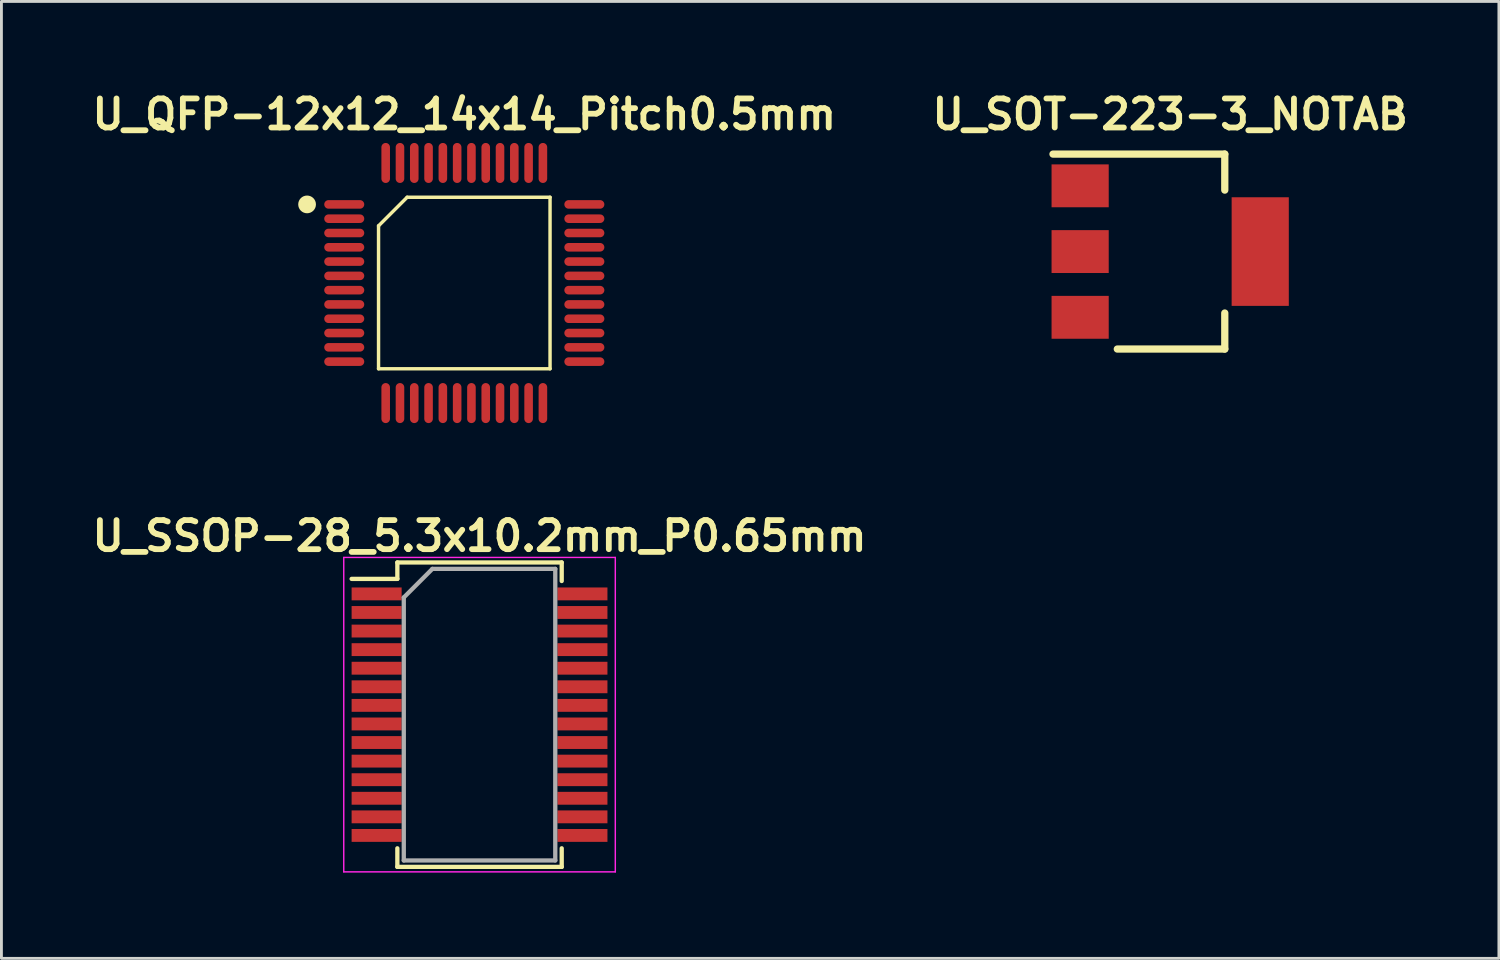
<source format=kicad_pcb>
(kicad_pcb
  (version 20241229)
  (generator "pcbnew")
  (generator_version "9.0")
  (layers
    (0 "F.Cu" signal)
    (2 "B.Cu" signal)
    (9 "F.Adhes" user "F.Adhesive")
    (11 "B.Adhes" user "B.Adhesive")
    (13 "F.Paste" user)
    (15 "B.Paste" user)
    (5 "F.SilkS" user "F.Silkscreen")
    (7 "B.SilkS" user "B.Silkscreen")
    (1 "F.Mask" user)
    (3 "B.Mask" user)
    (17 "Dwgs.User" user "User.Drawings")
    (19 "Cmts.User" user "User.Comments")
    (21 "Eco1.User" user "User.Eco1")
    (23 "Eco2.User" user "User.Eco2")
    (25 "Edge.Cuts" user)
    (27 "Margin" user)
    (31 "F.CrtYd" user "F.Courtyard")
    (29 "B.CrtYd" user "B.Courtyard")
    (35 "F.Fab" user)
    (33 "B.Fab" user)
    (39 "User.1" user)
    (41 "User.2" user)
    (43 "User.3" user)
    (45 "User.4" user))
  (footprint "U_SOT-223-3_NOTAB"
    (layer "F.Cu")
    (at 37.888 5.751)
    (property "Reference" "U_SOT-223-3_NOTAB" (at 0 -4.8 0) (layer "F.SilkS") (effects (font (size 1.016 1.016) (thickness 0.203))))
    (attr smd)
    (fp_line (start -4.1 -3.41) (end 1.91 -3.41) (stroke (width 0.254) (type solid)) (layer "F.SilkS"))
    (fp_line (start -1.85 3.41) (end 1.91 3.41) (stroke (width 0.254) (type solid)) (layer "F.SilkS"))
    (fp_line (start 1.91 -3.41) (end 1.91 -2.15) (stroke (width 0.254) (type solid)) (layer "F.SilkS"))
    (fp_line (start 1.91 3.41) (end 1.91 2.15) (stroke (width 0.254) (type solid)) (layer "F.SilkS"))
    (pad "" smd rect (at 3.15 0) (size 2 3.8) (layers "F.Cu" "F.Mask" "F.Paste"))
    (pad "1" smd rect (at -3.15 -2.3) (size 2 1.5) (layers "F.Cu" "F.Mask" "F.Paste"))
    (pad "2" smd rect (at -3.15 0) (size 2 1.5) (layers "F.Cu" "F.Mask" "F.Paste"))
    (pad "3" smd rect (at -3.15 2.3) (size 2 1.5) (layers "F.Cu" "F.Mask" "F.Paste")))
  (footprint "U_SSOP-28_5.3x10.2mm_P0.65mm"
    (layer "F.Cu")
    (at 13.726 21.952)
    (property "Reference" "U_SSOP-28_5.3x10.2mm_P0.65mm" (at 0 -6.25 0) (layer "F.SilkS") (effects (font (size 1.016 1.016) (thickness 0.203))))
    (attr smd)
    (fp_line (start -2.875 -5.325) (end -2.875 -4.75) (stroke (width 0.15) (type solid)) (layer "F.SilkS"))
    (fp_line (start -2.875 -5.325) (end 2.875 -5.325) (stroke (width 0.15) (type solid)) (layer "F.SilkS"))
    (fp_line (start -2.875 -4.75) (end -4.475 -4.75) (stroke (width 0.15) (type solid)) (layer "F.SilkS"))
    (fp_line (start -2.875 5.325) (end -2.875 4.675) (stroke (width 0.15) (type solid)) (layer "F.SilkS"))
    (fp_line (start -2.875 5.325) (end 2.875 5.325) (stroke (width 0.15) (type solid)) (layer "F.SilkS"))
    (fp_line (start 2.875 -5.325) (end 2.875 -4.675) (stroke (width 0.15) (type solid)) (layer "F.SilkS"))
    (fp_line (start 2.875 5.325) (end 2.875 4.675) (stroke (width 0.15) (type solid)) (layer "F.SilkS"))
    (fp_line (start -4.75 -5.5) (end -4.75 5.5) (stroke (width 0.05) (type solid)) (layer "F.CrtYd"))
    (fp_line (start -4.75 -5.5) (end 4.75 -5.5) (stroke (width 0.05) (type solid)) (layer "F.CrtYd"))
    (fp_line (start -4.75 5.5) (end 4.75 5.5) (stroke (width 0.05) (type solid)) (layer "F.CrtYd"))
    (fp_line (start 4.75 -5.5) (end 4.75 5.5) (stroke (width 0.05) (type solid)) (layer "F.CrtYd"))
    (fp_line (start -2.65 -4.1) (end -1.65 -5.1) (stroke (width 0.15) (type solid)) (layer "F.Fab"))
    (fp_line (start -2.65 5.1) (end -2.65 -4.1) (stroke (width 0.15) (type solid)) (layer "F.Fab"))
    (fp_line (start -1.65 -5.1) (end 2.65 -5.1) (stroke (width 0.15) (type solid)) (layer "F.Fab"))
    (fp_line (start 2.65 -5.1) (end 2.65 5.1) (stroke (width 0.15) (type solid)) (layer "F.Fab"))
    (fp_line (start 2.65 5.1) (end -2.65 5.1) (stroke (width 0.15) (type solid)) (layer "F.Fab"))
    (pad "1" smd rect (at -3.6 -4.225) (size 1.75 0.45) (layers "F.Cu" "F.Mask" "F.Paste"))
    (pad "2" smd rect (at -3.6 -3.575) (size 1.75 0.45) (layers "F.Cu" "F.Mask" "F.Paste"))
    (pad "3" smd rect (at -3.6 -2.925) (size 1.75 0.45) (layers "F.Cu" "F.Mask" "F.Paste"))
    (pad "4" smd rect (at -3.6 -2.275) (size 1.75 0.45) (layers "F.Cu" "F.Mask" "F.Paste"))
    (pad "5" smd rect (at -3.6 -1.625) (size 1.75 0.45) (layers "F.Cu" "F.Mask" "F.Paste"))
    (pad "6" smd rect (at -3.6 -0.975) (size 1.75 0.45) (layers "F.Cu" "F.Mask" "F.Paste"))
    (pad "7" smd rect (at -3.6 -0.325) (size 1.75 0.45) (layers "F.Cu" "F.Mask" "F.Paste"))
    (pad "8" smd rect (at -3.6 0.325) (size 1.75 0.45) (layers "F.Cu" "F.Mask" "F.Paste"))
    (pad "9" smd rect (at -3.6 0.975) (size 1.75 0.45) (layers "F.Cu" "F.Mask" "F.Paste"))
    (pad "10" smd rect (at -3.6 1.625) (size 1.75 0.45) (layers "F.Cu" "F.Mask" "F.Paste"))
    (pad "11" smd rect (at -3.6 2.275) (size 1.75 0.45) (layers "F.Cu" "F.Mask" "F.Paste"))
    (pad "12" smd rect (at -3.6 2.925) (size 1.75 0.45) (layers "F.Cu" "F.Mask" "F.Paste"))
    (pad "13" smd rect (at -3.6 3.575) (size 1.75 0.45) (layers "F.Cu" "F.Mask" "F.Paste"))
    (pad "14" smd rect (at -3.6 4.225) (size 1.75 0.45) (layers "F.Cu" "F.Mask" "F.Paste"))
    (pad "15" smd rect (at 3.6 4.225) (size 1.75 0.45) (layers "F.Cu" "F.Mask" "F.Paste"))
    (pad "16" smd rect (at 3.6 3.575) (size 1.75 0.45) (layers "F.Cu" "F.Mask" "F.Paste"))
    (pad "17" smd rect (at 3.6 2.925) (size 1.75 0.45) (layers "F.Cu" "F.Mask" "F.Paste"))
    (pad "18" smd rect (at 3.6 2.275) (size 1.75 0.45) (layers "F.Cu" "F.Mask" "F.Paste"))
    (pad "19" smd rect (at 3.6 1.625) (size 1.75 0.45) (layers "F.Cu" "F.Mask" "F.Paste"))
    (pad "20" smd rect (at 3.6 0.975) (size 1.75 0.45) (layers "F.Cu" "F.Mask" "F.Paste"))
    (pad "21" smd rect (at 3.6 0.325) (size 1.75 0.45) (layers "F.Cu" "F.Mask" "F.Paste"))
    (pad "22" smd rect (at 3.6 -0.325) (size 1.75 0.45) (layers "F.Cu" "F.Mask" "F.Paste"))
    (pad "23" smd rect (at 3.6 -0.975) (size 1.75 0.45) (layers "F.Cu" "F.Mask" "F.Paste"))
    (pad "24" smd rect (at 3.6 -1.625) (size 1.75 0.45) (layers "F.Cu" "F.Mask" "F.Paste"))
    (pad "25" smd rect (at 3.6 -2.275) (size 1.75 0.45) (layers "F.Cu" "F.Mask" "F.Paste"))
    (pad "26" smd rect (at 3.6 -2.925) (size 1.75 0.45) (layers "F.Cu" "F.Mask" "F.Paste"))
    (pad "27" smd rect (at 3.6 -3.575) (size 1.75 0.45) (layers "F.Cu" "F.Mask" "F.Paste"))
    (pad "28" smd rect (at 3.6 -4.225) (size 1.75 0.45) (layers "F.Cu" "F.Mask" "F.Paste")))
  (footprint "U_QFP-12x12_14x14_Pitch0.5mm"
    (layer "F.Cu")
    (at 13.193 6.851)
    (property "Reference" "U_QFP-12x12_14x14_Pitch0.5mm" (at 0 -5.9 0) (layer "F.SilkS") (effects (font (size 1.016 1.016) (thickness 0.203))))
    (attr smd)
    (fp_line (start -3 -2) (end -2 -3) (stroke (width 0.12) (type solid)) (layer "F.SilkS"))
    (fp_line (start -3 3) (end -3 -2) (stroke (width 0.12) (type solid)) (layer "F.SilkS"))
    (fp_line (start -2 -3) (end 3 -3) (stroke (width 0.12) (type solid)) (layer "F.SilkS"))
    (fp_line (start 3 -3) (end 3 3) (stroke (width 0.12) (type solid)) (layer "F.SilkS"))
    (fp_line (start 3 3) (end -3 3) (stroke (width 0.12) (type solid)) (layer "F.SilkS"))
    (fp_circle (center -5.5 -2.75) (end -5.25 -2.75) (stroke (width 0.12) (type solid)) (fill yes) (layer "F.SilkS"))
    (pad "1" smd oval (at -4.2 -2.75 90) (size 0.3 1.4) (layers "F.Cu" "F.Mask" "F.Paste"))
    (pad "2" smd oval (at -4.2 -2.25 90) (size 0.3 1.4) (layers "F.Cu" "F.Mask" "F.Paste"))
    (pad "3" smd oval (at -4.2 -1.75 90) (size 0.3 1.4) (layers "F.Cu" "F.Mask" "F.Paste"))
    (pad "4" smd oval (at -4.2 -1.25 90) (size 0.3 1.4) (layers "F.Cu" "F.Mask" "F.Paste"))
    (pad "5" smd oval (at -4.2 -0.75 90) (size 0.3 1.4) (layers "F.Cu" "F.Mask" "F.Paste"))
    (pad "6" smd oval (at -4.2 -0.25 90) (size 0.3 1.4) (layers "F.Cu" "F.Mask" "F.Paste"))
    (pad "7" smd oval (at -4.2 0.25 90) (size 0.3 1.4) (layers "F.Cu" "F.Mask" "F.Paste"))
    (pad "8" smd oval (at -4.2 0.75 90) (size 0.3 1.4) (layers "F.Cu" "F.Mask" "F.Paste"))
    (pad "9" smd oval (at -4.2 1.25 90) (size 0.3 1.4) (layers "F.Cu" "F.Mask" "F.Paste"))
    (pad "10" smd oval (at -4.2 1.75 90) (size 0.3 1.4) (layers "F.Cu" "F.Mask" "F.Paste"))
    (pad "11" smd oval (at -4.2 2.25 90) (size 0.3 1.4) (layers "F.Cu" "F.Mask" "F.Paste"))
    (pad "12" smd oval (at -4.2 2.75 90) (size 0.3 1.4) (layers "F.Cu" "F.Mask" "F.Paste"))
    (pad "13" smd oval (at -2.75 4.2) (size 0.3 1.4) (layers "F.Cu" "F.Mask" "F.Paste"))
    (pad "14" smd oval (at -2.25 4.2) (size 0.3 1.4) (layers "F.Cu" "F.Mask" "F.Paste"))
    (pad "15" smd oval (at -1.75 4.2) (size 0.3 1.4) (layers "F.Cu" "F.Mask" "F.Paste"))
    (pad "16" smd oval (at -1.25 4.2) (size 0.3 1.4) (layers "F.Cu" "F.Mask" "F.Paste"))
    (pad "17" smd oval (at -0.75 4.2) (size 0.3 1.4) (layers "F.Cu" "F.Mask" "F.Paste"))
    (pad "18" smd oval (at -0.25 4.2) (size 0.3 1.4) (layers "F.Cu" "F.Mask" "F.Paste"))
    (pad "19" smd oval (at 0.25 4.2) (size 0.3 1.4) (layers "F.Cu" "F.Mask" "F.Paste"))
    (pad "20" smd oval (at 0.75 4.2) (size 0.3 1.4) (layers "F.Cu" "F.Mask" "F.Paste"))
    (pad "21" smd oval (at 1.25 4.2) (size 0.3 1.4) (layers "F.Cu" "F.Mask" "F.Paste"))
    (pad "22" smd oval (at 1.75 4.2) (size 0.3 1.4) (layers "F.Cu" "F.Mask" "F.Paste"))
    (pad "23" smd oval (at 2.25 4.2) (size 0.3 1.4) (layers "F.Cu" "F.Mask" "F.Paste"))
    (pad "24" smd oval (at 2.75 4.2) (size 0.3 1.4) (layers "F.Cu" "F.Mask" "F.Paste"))
    (pad "25" smd oval (at 4.2 2.75 90) (size 0.3 1.4) (layers "F.Cu" "F.Mask" "F.Paste"))
    (pad "26" smd oval (at 4.2 2.25 90) (size 0.3 1.4) (layers "F.Cu" "F.Mask" "F.Paste"))
    (pad "27" smd oval (at 4.2 1.75 90) (size 0.3 1.4) (layers "F.Cu" "F.Mask" "F.Paste"))
    (pad "28" smd oval (at 4.2 1.25 90) (size 0.3 1.4) (layers "F.Cu" "F.Mask" "F.Paste"))
    (pad "29" smd oval (at 4.2 0.75 90) (size 0.3 1.4) (layers "F.Cu" "F.Mask" "F.Paste"))
    (pad "30" smd oval (at 4.2 0.25 90) (size 0.3 1.4) (layers "F.Cu" "F.Mask" "F.Paste"))
    (pad "31" smd oval (at 4.2 -0.25 90) (size 0.3 1.4) (layers "F.Cu" "F.Mask" "F.Paste"))
    (pad "32" smd oval (at 4.2 -0.75 90) (size 0.3 1.4) (layers "F.Cu" "F.Mask" "F.Paste"))
    (pad "33" smd oval (at 4.2 -1.25 90) (size 0.3 1.4) (layers "F.Cu" "F.Mask" "F.Paste"))
    (pad "34" smd oval (at 4.2 -1.75 90) (size 0.3 1.4) (layers "F.Cu" "F.Mask" "F.Paste"))
    (pad "35" smd oval (at 4.2 -2.25 90) (size 0.3 1.4) (layers "F.Cu" "F.Mask" "F.Paste"))
    (pad "36" smd oval (at 4.2 -2.75 90) (size 0.3 1.4) (layers "F.Cu" "F.Mask" "F.Paste"))
    (pad "37" smd oval (at 2.75 -4.2) (size 0.3 1.4) (layers "F.Cu" "F.Mask" "F.Paste"))
    (pad "38" smd oval (at 2.25 -4.2) (size 0.3 1.4) (layers "F.Cu" "F.Mask" "F.Paste"))
    (pad "39" smd oval (at 1.75 -4.2) (size 0.3 1.4) (layers "F.Cu" "F.Mask" "F.Paste"))
    (pad "40" smd oval (at 1.25 -4.2) (size 0.3 1.4) (layers "F.Cu" "F.Mask" "F.Paste"))
    (pad "41" smd oval (at 0.75 -4.2) (size 0.3 1.4) (layers "F.Cu" "F.Mask" "F.Paste"))
    (pad "42" smd oval (at 0.25 -4.2) (size 0.3 1.4) (layers "F.Cu" "F.Mask" "F.Paste"))
    (pad "43" smd oval (at -0.25 -4.2) (size 0.3 1.4) (layers "F.Cu" "F.Mask" "F.Paste"))
    (pad "44" smd oval (at -0.75 -4.2) (size 0.3 1.4) (layers "F.Cu" "F.Mask" "F.Paste"))
    (pad "45" smd oval (at -1.25 -4.2) (size 0.3 1.4) (layers "F.Cu" "F.Mask" "F.Paste"))
    (pad "46" smd oval (at -1.75 -4.2) (size 0.3 1.4) (layers "F.Cu" "F.Mask" "F.Paste"))
    (pad "47" smd oval (at -2.25 -4.2) (size 0.3 1.4) (layers "F.Cu" "F.Mask" "F.Paste"))
    (pad "48" smd oval (at -2.75 -4.2) (size 0.3 1.4) (layers "F.Cu" "F.Mask" "F.Paste")))
  (gr_rect
    (start -3 -3)
    (end 49.388 30.477)
    (stroke (width 0.1) (type default))
    (fill no)
    (layer "Edge.Cuts")))
</source>
